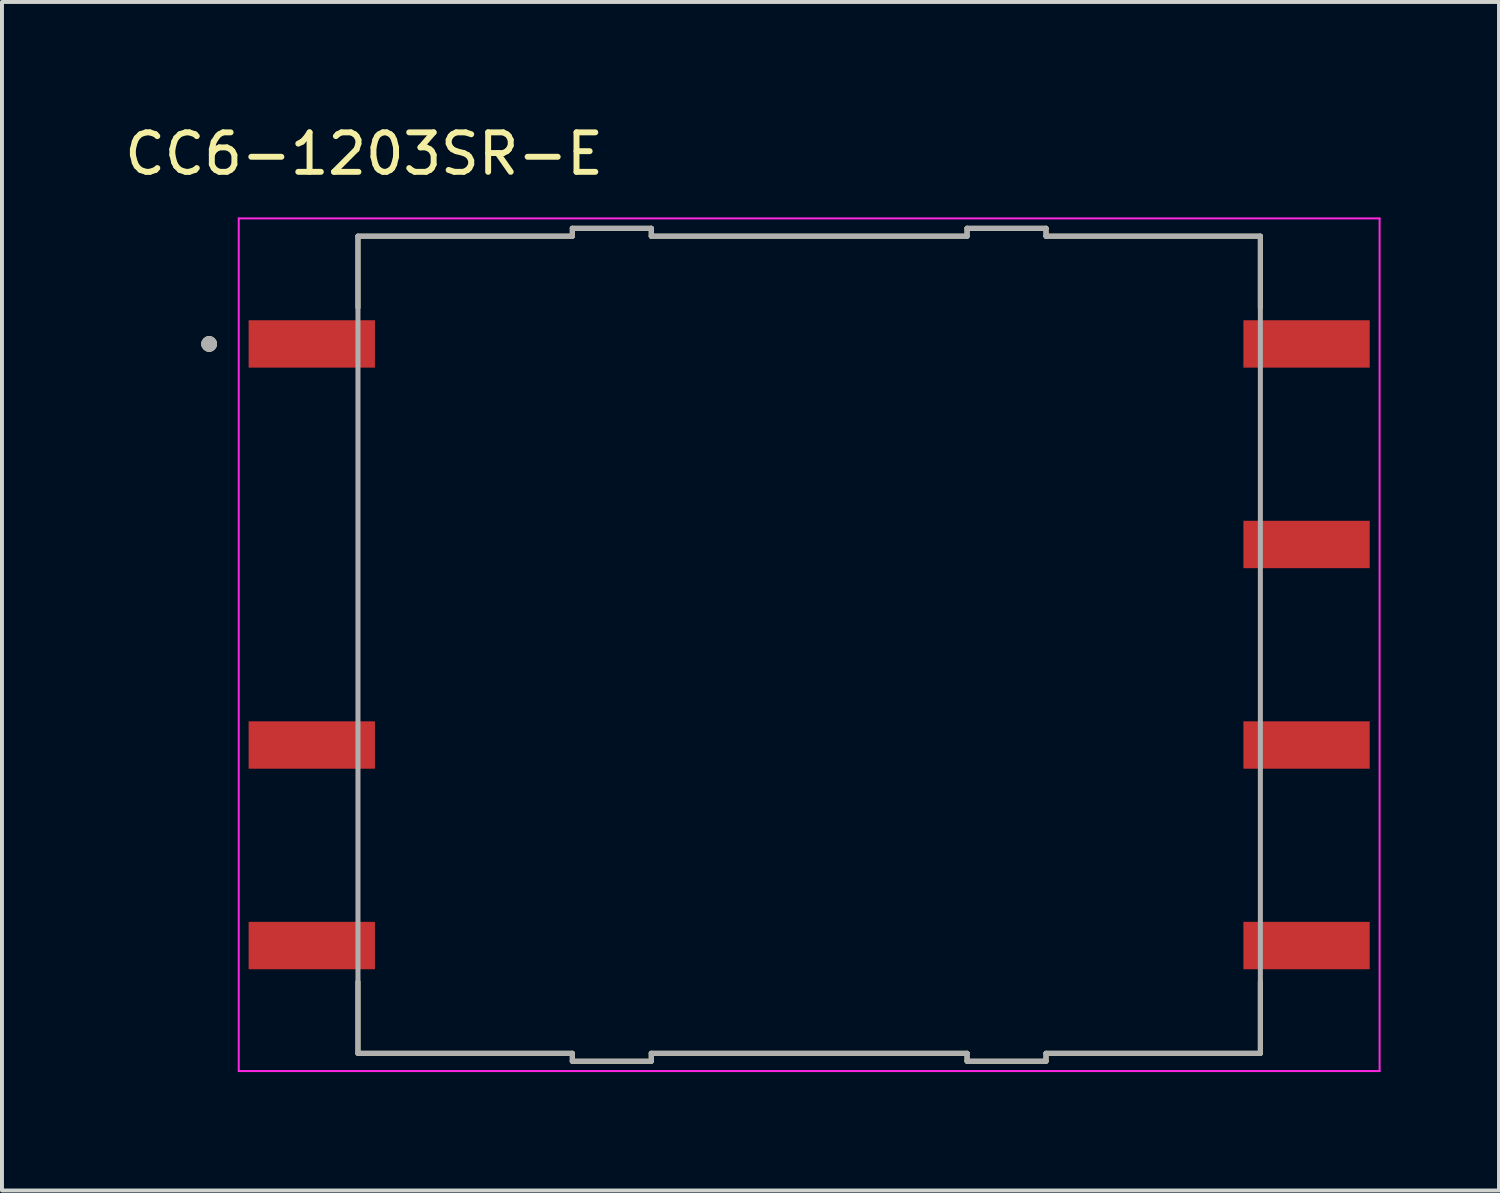
<source format=kicad_pcb>
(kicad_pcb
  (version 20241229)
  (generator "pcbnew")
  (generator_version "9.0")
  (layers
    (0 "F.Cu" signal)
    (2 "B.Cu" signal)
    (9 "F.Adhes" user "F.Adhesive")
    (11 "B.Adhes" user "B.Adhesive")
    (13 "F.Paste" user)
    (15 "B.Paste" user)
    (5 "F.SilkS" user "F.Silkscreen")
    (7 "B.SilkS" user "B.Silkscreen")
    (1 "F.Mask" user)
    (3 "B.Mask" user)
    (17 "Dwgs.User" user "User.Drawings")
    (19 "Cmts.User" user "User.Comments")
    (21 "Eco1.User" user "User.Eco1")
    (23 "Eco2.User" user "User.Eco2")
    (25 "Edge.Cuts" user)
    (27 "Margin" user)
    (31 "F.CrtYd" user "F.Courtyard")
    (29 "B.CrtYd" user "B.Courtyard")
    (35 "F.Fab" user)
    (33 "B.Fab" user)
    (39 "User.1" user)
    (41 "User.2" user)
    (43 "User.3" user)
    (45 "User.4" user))
  (footprint "CC6-1203SR-E"
    (layer "F.Cu")
    (at 17.448 13.283)
    (property "Reference" "CC6-1203SR-E" (at -11.275 -12.435 0) (layer "F.SilkS") (effects (font (size 1 1) (thickness 0.15))))
    (attr through_hole)
    (fp_line (start -11.43 -10.35) (end -11.43 -8.54) (stroke (width 0.127) (type solid)) (layer "F.SilkS"))
    (fp_line (start -11.43 -10.35) (end -6 -10.35) (stroke (width 0.127) (type solid)) (layer "F.SilkS"))
    (fp_line (start -11.43 10.35) (end -11.43 8.54) (stroke (width 0.127) (type solid)) (layer "F.SilkS"))
    (fp_line (start -6 -10.55) (end -6 -10.35) (stroke (width 0.127) (type solid)) (layer "F.SilkS"))
    (fp_line (start -6 10.35) (end -11.43 10.35) (stroke (width 0.127) (type solid)) (layer "F.SilkS"))
    (fp_line (start -6 10.35) (end -6 10.55) (stroke (width 0.127) (type solid)) (layer "F.SilkS"))
    (fp_line (start -6 10.55) (end -4 10.55) (stroke (width 0.127) (type solid)) (layer "F.SilkS"))
    (fp_line (start -4 -10.55) (end -6 -10.55) (stroke (width 0.127) (type solid)) (layer "F.SilkS"))
    (fp_line (start -4 -10.35) (end -4 -10.55) (stroke (width 0.127) (type solid)) (layer "F.SilkS"))
    (fp_line (start -4 -10.35) (end 4 -10.35) (stroke (width 0.127) (type solid)) (layer "F.SilkS"))
    (fp_line (start -4 10.55) (end -4 10.35) (stroke (width 0.127) (type solid)) (layer "F.SilkS"))
    (fp_line (start 4 -10.55) (end 6 -10.55) (stroke (width 0.127) (type solid)) (layer "F.SilkS"))
    (fp_line (start 4 -10.35) (end 4 -10.55) (stroke (width 0.127) (type solid)) (layer "F.SilkS"))
    (fp_line (start 4 10.35) (end -4 10.35) (stroke (width 0.127) (type solid)) (layer "F.SilkS"))
    (fp_line (start 4 10.35) (end 4 10.55) (stroke (width 0.127) (type solid)) (layer "F.SilkS"))
    (fp_line (start 4 10.55) (end 6 10.55) (stroke (width 0.127) (type solid)) (layer "F.SilkS"))
    (fp_line (start 6 -10.55) (end 6 -10.35) (stroke (width 0.127) (type solid)) (layer "F.SilkS"))
    (fp_line (start 6 -10.35) (end 11.43 -10.35) (stroke (width 0.127) (type solid)) (layer "F.SilkS"))
    (fp_line (start 6 10.35) (end 11.43 10.35) (stroke (width 0.127) (type solid)) (layer "F.SilkS"))
    (fp_line (start 6 10.55) (end 6 10.35) (stroke (width 0.127) (type solid)) (layer "F.SilkS"))
    (fp_line (start 11.43 -10.35) (end 11.43 -8.54) (stroke (width 0.127) (type solid)) (layer "F.SilkS"))
    (fp_line (start 11.43 10.35) (end 11.43 8.54) (stroke (width 0.127) (type solid)) (layer "F.SilkS"))
    (fp_circle (center -15.2 -7.62) (end -15.1 -7.62) (stroke (width 0.2) (type solid)) (fill no) (layer "F.SilkS"))
    (fp_line (start -14.45 -10.8) (end -14.45 10.8) (stroke (width 0.05) (type solid)) (layer "F.CrtYd"))
    (fp_line (start -14.45 10.8) (end 14.45 10.8) (stroke (width 0.05) (type solid)) (layer "F.CrtYd"))
    (fp_line (start 14.45 -10.8) (end -14.45 -10.8) (stroke (width 0.05) (type solid)) (layer "F.CrtYd"))
    (fp_line (start 14.45 10.8) (end 14.45 -10.8) (stroke (width 0.05) (type solid)) (layer "F.CrtYd"))
    (fp_line (start -11.43 -10.35) (end -11.43 10.35) (stroke (width 0.127) (type solid)) (layer "F.Fab"))
    (fp_line (start -11.43 -10.35) (end -6 -10.35) (stroke (width 0.127) (type solid)) (layer "F.Fab"))
    (fp_line (start -6 -10.55) (end -6 -10.35) (stroke (width 0.127) (type solid)) (layer "F.Fab"))
    (fp_line (start -6 10.35) (end -11.43 10.35) (stroke (width 0.127) (type solid)) (layer "F.Fab"))
    (fp_line (start -6 10.35) (end -6 10.55) (stroke (width 0.127) (type solid)) (layer "F.Fab"))
    (fp_line (start -6 10.55) (end -4 10.55) (stroke (width 0.127) (type solid)) (layer "F.Fab"))
    (fp_line (start -4 -10.55) (end -6 -10.55) (stroke (width 0.127) (type solid)) (layer "F.Fab"))
    (fp_line (start -4 -10.35) (end -4 -10.55) (stroke (width 0.127) (type solid)) (layer "F.Fab"))
    (fp_line (start -4 -10.35) (end 4 -10.35) (stroke (width 0.127) (type solid)) (layer "F.Fab"))
    (fp_line (start -4 10.55) (end -4 10.35) (stroke (width 0.127) (type solid)) (layer "F.Fab"))
    (fp_line (start 4 -10.55) (end 6 -10.55) (stroke (width 0.127) (type solid)) (layer "F.Fab"))
    (fp_line (start 4 -10.35) (end 4 -10.55) (stroke (width 0.127) (type solid)) (layer "F.Fab"))
    (fp_line (start 4 10.35) (end -4 10.35) (stroke (width 0.127) (type solid)) (layer "F.Fab"))
    (fp_line (start 4 10.35) (end 4 10.55) (stroke (width 0.127) (type solid)) (layer "F.Fab"))
    (fp_line (start 4 10.55) (end 6 10.55) (stroke (width 0.127) (type solid)) (layer "F.Fab"))
    (fp_line (start 6 -10.55) (end 6 -10.35) (stroke (width 0.127) (type solid)) (layer "F.Fab"))
    (fp_line (start 6 -10.35) (end 11.43 -10.35) (stroke (width 0.127) (type solid)) (layer "F.Fab"))
    (fp_line (start 6 10.35) (end 11.43 10.35) (stroke (width 0.127) (type solid)) (layer "F.Fab"))
    (fp_line (start 6 10.55) (end 6 10.35) (stroke (width 0.127) (type solid)) (layer "F.Fab"))
    (fp_line (start 11.43 -10.35) (end 11.43 10.35) (stroke (width 0.127) (type solid)) (layer "F.Fab"))
    (fp_circle (center -15.2 -7.62) (end -15.1 -7.62) (stroke (width 0.2) (type solid)) (fill no) (layer "F.Fab"))
    (pad "1" smd rect (at -12.6 -7.62) (size 3.2 1.2) (layers "F.Cu" "F.Mask" "F.Paste"))
    (pad "2" smd rect (at -12.6 2.54) (size 3.2 1.2) (layers "F.Cu" "F.Mask" "F.Paste"))
    (pad "3" smd rect (at -12.6 7.62) (size 3.2 1.2) (layers "F.Cu" "F.Mask" "F.Paste"))
    (pad "4" smd rect (at 12.6 7.62) (size 3.2 1.2) (layers "F.Cu" "F.Mask" "F.Paste"))
    (pad "5" smd rect (at 12.6 2.54) (size 3.2 1.2) (layers "F.Cu" "F.Mask" "F.Paste"))
    (pad "6" smd rect (at 12.6 -2.54) (size 3.2 1.2) (layers "F.Cu" "F.Mask" "F.Paste"))
    (pad "7" smd rect (at 12.6 -7.62) (size 3.2 1.2) (layers "F.Cu" "F.Mask" "F.Paste")))
  (gr_rect
    (start -3 -3)
    (end 34.923 27.108)
    (stroke (width 0.1) (type default))
    (fill no)
    (layer "Edge.Cuts")))
</source>
